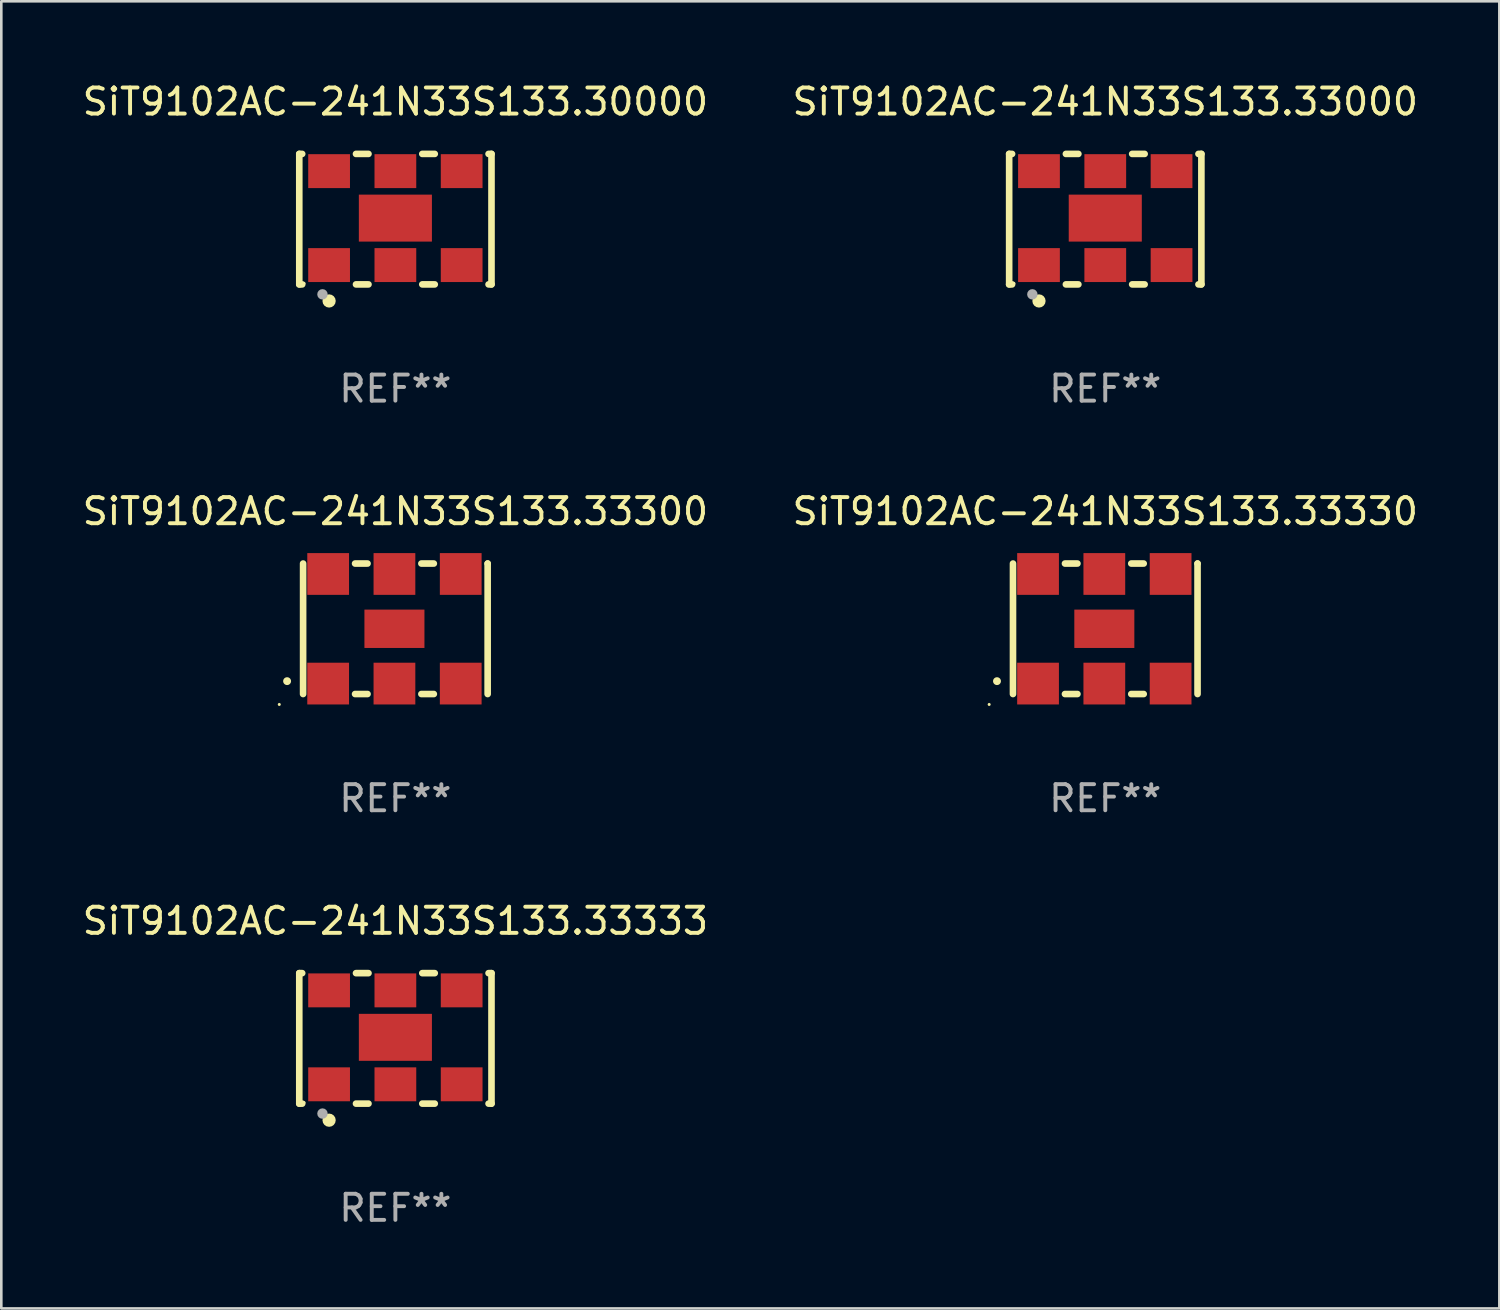
<source format=kicad_pcb>
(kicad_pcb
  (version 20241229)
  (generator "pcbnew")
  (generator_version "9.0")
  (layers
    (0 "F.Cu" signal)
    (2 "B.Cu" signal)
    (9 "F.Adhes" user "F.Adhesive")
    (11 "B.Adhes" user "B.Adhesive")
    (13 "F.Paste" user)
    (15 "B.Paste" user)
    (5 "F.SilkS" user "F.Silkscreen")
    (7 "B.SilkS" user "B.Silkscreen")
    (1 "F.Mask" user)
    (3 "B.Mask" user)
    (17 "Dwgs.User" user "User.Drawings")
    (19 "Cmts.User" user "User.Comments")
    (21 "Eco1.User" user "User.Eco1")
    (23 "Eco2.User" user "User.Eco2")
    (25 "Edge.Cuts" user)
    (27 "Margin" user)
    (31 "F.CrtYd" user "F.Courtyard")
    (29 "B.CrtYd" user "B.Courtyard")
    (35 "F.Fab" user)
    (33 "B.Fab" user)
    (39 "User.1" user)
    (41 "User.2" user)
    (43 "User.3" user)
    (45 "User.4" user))
  (footprint "SiT9102AC-241N33S133.33300"
    (layer "F.Cu")
    (at 12.101 21.045)
    (property "Reference" "SiT9102AC-241N33S133.33300" (at 0 -4.5 0) (layer "F.SilkS") (effects (font (size 1 1) (thickness 0.15))))
    (attr through_hole)
    (fp_line (start -3.536 -2.5) (end -3.536 2.5) (stroke (width 0.254) (type solid)) (layer "F.SilkS"))
    (fp_line (start -1.544 2.5) (end -1.067 2.5) (stroke (width 0.254) (type solid)) (layer "F.SilkS"))
    (fp_line (start -1.067 -2.5) (end -1.544 -2.5) (stroke (width 0.254) (type solid)) (layer "F.SilkS"))
    (fp_line (start 0.996 2.5) (end 1.473 2.5) (stroke (width 0.254) (type solid)) (layer "F.SilkS"))
    (fp_line (start 1.473 -2.5) (end 0.996 -2.5) (stroke (width 0.254) (type solid)) (layer "F.SilkS"))
    (fp_line (start 3.536 -2.5) (end 3.536 -2.5) (stroke (width 0.254) (type solid)) (layer "F.SilkS"))
    (fp_line (start 3.536 2.5) (end 3.536 -2.5) (stroke (width 0.254) (type solid)) (layer "F.SilkS"))
    (fp_arc (start -4.150432 2.006604) (mid -4.149162 2.006599) (end -4.147892 2.006604) (stroke (width 0.3) (type solid)) (layer "F.SilkS"))
    (fp_circle (center -4.449 2.9) (end -4.419 2.9) (stroke (width 0.06) (type solid)) (fill no) (layer "F.SilkS"))
    (fp_text user "REF**" (at 0 6.5 0) (layer "F.Fab") (effects (font (size 1 1) (thickness 0.15))))
    (pad "1" smd rect (at -2.576 2.1) (size 1.6 1.6) (layers "F.Cu" "F.Mask" "F.Paste"))
    (pad "2" smd rect (at -0.036 2.1) (size 1.6 1.6) (layers "F.Cu" "F.Mask" "F.Paste"))
    (pad "3" smd rect (at 2.504 2.1) (size 1.6 1.6) (layers "F.Cu" "F.Mask" "F.Paste"))
    (pad "4" smd rect (at 2.504 -2.1) (size 1.6 1.6) (layers "F.Cu" "F.Mask" "F.Paste"))
    (pad "5" smd rect (at -0.036 -2.1) (size 1.6 1.6) (layers "F.Cu" "F.Mask" "F.Paste"))
    (pad "6" smd rect (at -2.576 -2.1) (size 1.6 1.6) (layers "F.Cu" "F.Mask" "F.Paste"))
    (pad "7" smd rect (at -0.036 0) (size 2.3 1.47) (layers "F.Cu" "F.Mask" "F.Paste")))
  (footprint "SiT9102AC-241N33S133.30000"
    (layer "F.Cu")
    (at 12.101 5.348)
    (property "Reference" "SiT9102AC-241N33S133.30000" (at 0 -4.5 0) (layer "F.SilkS") (effects (font (size 1 1) (thickness 0.15))))
    (attr through_hole)
    (fp_line (start -3.683 -2.5) (end -3.571 -2.5) (stroke (width 0.254) (type solid)) (layer "F.SilkS"))
    (fp_line (start -3.683 2.5) (end -3.683 -2.5) (stroke (width 0.254) (type solid)) (layer "F.SilkS"))
    (fp_line (start -3.683 2.5) (end -3.571 2.5) (stroke (width 0.254) (type solid)) (layer "F.SilkS"))
    (fp_line (start -1.509 -2.5) (end -1.031 -2.5) (stroke (width 0.254) (type solid)) (layer "F.SilkS"))
    (fp_line (start -1.509 2.5) (end -1.031 2.5) (stroke (width 0.254) (type solid)) (layer "F.SilkS"))
    (fp_line (start 1.031 -2.5) (end 1.509 -2.5) (stroke (width 0.254) (type solid)) (layer "F.SilkS"))
    (fp_line (start 1.031 2.5) (end 1.509 2.5) (stroke (width 0.254) (type solid)) (layer "F.SilkS"))
    (fp_line (start 3.571 -2.5) (end 3.683 -2.5) (stroke (width 0.254) (type solid)) (layer "F.SilkS"))
    (fp_line (start 3.571 2.5) (end 3.683 2.5) (stroke (width 0.254) (type solid)) (layer "F.SilkS"))
    (fp_line (start 3.683 2.5) (end 3.683 -2.5) (stroke (width 0.254) (type solid)) (layer "F.SilkS"))
    (fp_circle (center -3.5 2.46) (end -3.47 2.46) (stroke (width 0.06) (type solid)) (fill no) (layer "F.SilkS"))
    (fp_circle (center -2.54 3.135) (end -2.413 3.135) (stroke (width 0.254) (type solid)) (fill no) (layer "F.SilkS"))
    (fp_circle (center -2.794 2.881) (end -2.694 2.881) (stroke (width 0.2) (type solid)) (fill no) (layer "F.Fab"))
    (fp_text user "REF**" (at 0 6.5 0) (layer "F.Fab") (effects (font (size 1 1) (thickness 0.15))))
    (pad "1" smd rect (at -2.54 1.76) (size 1.6 1.3) (layers "F.Cu" "F.Mask" "F.Paste"))
    (pad "2" smd rect (at 0 1.76) (size 1.6 1.3) (layers "F.Cu" "F.Mask" "F.Paste"))
    (pad "3" smd rect (at 2.54 1.76) (size 1.6 1.3) (layers "F.Cu" "F.Mask" "F.Paste"))
    (pad "4" smd rect (at 2.54 -1.84) (size 1.6 1.3) (layers "F.Cu" "F.Mask" "F.Paste"))
    (pad "5" smd rect (at 0 -1.84) (size 1.6 1.3) (layers "F.Cu" "F.Mask" "F.Paste"))
    (pad "6" smd rect (at -2.54 -1.84) (size 1.6 1.3) (layers "F.Cu" "F.Mask" "F.Paste"))
    (pad "7" smd rect (at 0 -0.04) (size 2.8 1.8) (layers "F.Cu" "F.Mask" "F.Paste")))
  (footprint "SiT9102AC-241N33S133.33330"
    (layer "F.Cu")
    (at 39.304 21.045)
    (property "Reference" "SiT9102AC-241N33S133.33330" (at 0 -4.5 0) (layer "F.SilkS") (effects (font (size 1 1) (thickness 0.15))))
    (attr through_hole)
    (fp_line (start -3.536 -2.5) (end -3.536 2.5) (stroke (width 0.254) (type solid)) (layer "F.SilkS"))
    (fp_line (start -1.544 2.5) (end -1.067 2.5) (stroke (width 0.254) (type solid)) (layer "F.SilkS"))
    (fp_line (start -1.067 -2.5) (end -1.544 -2.5) (stroke (width 0.254) (type solid)) (layer "F.SilkS"))
    (fp_line (start 0.996 2.5) (end 1.473 2.5) (stroke (width 0.254) (type solid)) (layer "F.SilkS"))
    (fp_line (start 1.473 -2.5) (end 0.996 -2.5) (stroke (width 0.254) (type solid)) (layer "F.SilkS"))
    (fp_line (start 3.536 -2.5) (end 3.536 -2.5) (stroke (width 0.254) (type solid)) (layer "F.SilkS"))
    (fp_line (start 3.536 2.5) (end 3.536 -2.5) (stroke (width 0.254) (type solid)) (layer "F.SilkS"))
    (fp_arc (start -4.150432 2.006604) (mid -4.149162 2.006599) (end -4.147892 2.006604) (stroke (width 0.3) (type solid)) (layer "F.SilkS"))
    (fp_circle (center -4.449 2.9) (end -4.419 2.9) (stroke (width 0.06) (type solid)) (fill no) (layer "F.SilkS"))
    (fp_text user "REF**" (at 0 6.5 0) (layer "F.Fab") (effects (font (size 1 1) (thickness 0.15))))
    (pad "1" smd rect (at -2.576 2.1) (size 1.6 1.6) (layers "F.Cu" "F.Mask" "F.Paste"))
    (pad "2" smd rect (at -0.036 2.1) (size 1.6 1.6) (layers "F.Cu" "F.Mask" "F.Paste"))
    (pad "3" smd rect (at 2.504 2.1) (size 1.6 1.6) (layers "F.Cu" "F.Mask" "F.Paste"))
    (pad "4" smd rect (at 2.504 -2.1) (size 1.6 1.6) (layers "F.Cu" "F.Mask" "F.Paste"))
    (pad "5" smd rect (at -0.036 -2.1) (size 1.6 1.6) (layers "F.Cu" "F.Mask" "F.Paste"))
    (pad "6" smd rect (at -2.576 -2.1) (size 1.6 1.6) (layers "F.Cu" "F.Mask" "F.Paste"))
    (pad "7" smd rect (at -0.036 0) (size 2.3 1.47) (layers "F.Cu" "F.Mask" "F.Paste")))
  (footprint "SiT9102AC-241N33S133.33000"
    (layer "F.Cu")
    (at 39.304 5.348)
    (property "Reference" "SiT9102AC-241N33S133.33000" (at 0 -4.5 0) (layer "F.SilkS") (effects (font (size 1 1) (thickness 0.15))))
    (attr through_hole)
    (fp_line (start -3.683 -2.5) (end -3.571 -2.5) (stroke (width 0.254) (type solid)) (layer "F.SilkS"))
    (fp_line (start -3.683 2.5) (end -3.683 -2.5) (stroke (width 0.254) (type solid)) (layer "F.SilkS"))
    (fp_line (start -3.683 2.5) (end -3.571 2.5) (stroke (width 0.254) (type solid)) (layer "F.SilkS"))
    (fp_line (start -1.509 -2.5) (end -1.031 -2.5) (stroke (width 0.254) (type solid)) (layer "F.SilkS"))
    (fp_line (start -1.509 2.5) (end -1.031 2.5) (stroke (width 0.254) (type solid)) (layer "F.SilkS"))
    (fp_line (start 1.031 -2.5) (end 1.509 -2.5) (stroke (width 0.254) (type solid)) (layer "F.SilkS"))
    (fp_line (start 1.031 2.5) (end 1.509 2.5) (stroke (width 0.254) (type solid)) (layer "F.SilkS"))
    (fp_line (start 3.571 -2.5) (end 3.683 -2.5) (stroke (width 0.254) (type solid)) (layer "F.SilkS"))
    (fp_line (start 3.571 2.5) (end 3.683 2.5) (stroke (width 0.254) (type solid)) (layer "F.SilkS"))
    (fp_line (start 3.683 2.5) (end 3.683 -2.5) (stroke (width 0.254) (type solid)) (layer "F.SilkS"))
    (fp_circle (center -3.5 2.46) (end -3.47 2.46) (stroke (width 0.06) (type solid)) (fill no) (layer "F.SilkS"))
    (fp_circle (center -2.54 3.135) (end -2.413 3.135) (stroke (width 0.254) (type solid)) (fill no) (layer "F.SilkS"))
    (fp_circle (center -2.794 2.881) (end -2.694 2.881) (stroke (width 0.2) (type solid)) (fill no) (layer "F.Fab"))
    (fp_text user "REF**" (at 0 6.5 0) (layer "F.Fab") (effects (font (size 1 1) (thickness 0.15))))
    (pad "1" smd rect (at -2.54 1.76) (size 1.6 1.3) (layers "F.Cu" "F.Mask" "F.Paste"))
    (pad "2" smd rect (at 0 1.76) (size 1.6 1.3) (layers "F.Cu" "F.Mask" "F.Paste"))
    (pad "3" smd rect (at 2.54 1.76) (size 1.6 1.3) (layers "F.Cu" "F.Mask" "F.Paste"))
    (pad "4" smd rect (at 2.54 -1.84) (size 1.6 1.3) (layers "F.Cu" "F.Mask" "F.Paste"))
    (pad "5" smd rect (at 0 -1.84) (size 1.6 1.3) (layers "F.Cu" "F.Mask" "F.Paste"))
    (pad "6" smd rect (at -2.54 -1.84) (size 1.6 1.3) (layers "F.Cu" "F.Mask" "F.Paste"))
    (pad "7" smd rect (at 0 -0.04) (size 2.8 1.8) (layers "F.Cu" "F.Mask" "F.Paste")))
  (footprint "SiT9102AC-241N33S133.33333"
    (layer "F.Cu")
    (at 12.101 36.741)
    (property "Reference" "SiT9102AC-241N33S133.33333" (at 0 -4.5 0) (layer "F.SilkS") (effects (font (size 1 1) (thickness 0.15))))
    (attr through_hole)
    (fp_line (start -3.683 -2.5) (end -3.571 -2.5) (stroke (width 0.254) (type solid)) (layer "F.SilkS"))
    (fp_line (start -3.683 2.5) (end -3.683 -2.5) (stroke (width 0.254) (type solid)) (layer "F.SilkS"))
    (fp_line (start -3.683 2.5) (end -3.571 2.5) (stroke (width 0.254) (type solid)) (layer "F.SilkS"))
    (fp_line (start -1.509 -2.5) (end -1.031 -2.5) (stroke (width 0.254) (type solid)) (layer "F.SilkS"))
    (fp_line (start -1.509 2.5) (end -1.031 2.5) (stroke (width 0.254) (type solid)) (layer "F.SilkS"))
    (fp_line (start 1.031 -2.5) (end 1.509 -2.5) (stroke (width 0.254) (type solid)) (layer "F.SilkS"))
    (fp_line (start 1.031 2.5) (end 1.509 2.5) (stroke (width 0.254) (type solid)) (layer "F.SilkS"))
    (fp_line (start 3.571 -2.5) (end 3.683 -2.5) (stroke (width 0.254) (type solid)) (layer "F.SilkS"))
    (fp_line (start 3.571 2.5) (end 3.683 2.5) (stroke (width 0.254) (type solid)) (layer "F.SilkS"))
    (fp_line (start 3.683 2.5) (end 3.683 -2.5) (stroke (width 0.254) (type solid)) (layer "F.SilkS"))
    (fp_circle (center -3.5 2.46) (end -3.47 2.46) (stroke (width 0.06) (type solid)) (fill no) (layer "F.SilkS"))
    (fp_circle (center -2.54 3.135) (end -2.413 3.135) (stroke (width 0.254) (type solid)) (fill no) (layer "F.SilkS"))
    (fp_circle (center -2.794 2.881) (end -2.694 2.881) (stroke (width 0.2) (type solid)) (fill no) (layer "F.Fab"))
    (fp_text user "REF**" (at 0 6.5 0) (layer "F.Fab") (effects (font (size 1 1) (thickness 0.15))))
    (pad "1" smd rect (at -2.54 1.76) (size 1.6 1.3) (layers "F.Cu" "F.Mask" "F.Paste"))
    (pad "2" smd rect (at 0 1.76) (size 1.6 1.3) (layers "F.Cu" "F.Mask" "F.Paste"))
    (pad "3" smd rect (at 2.54 1.76) (size 1.6 1.3) (layers "F.Cu" "F.Mask" "F.Paste"))
    (pad "4" smd rect (at 2.54 -1.84) (size 1.6 1.3) (layers "F.Cu" "F.Mask" "F.Paste"))
    (pad "5" smd rect (at 0 -1.84) (size 1.6 1.3) (layers "F.Cu" "F.Mask" "F.Paste"))
    (pad "6" smd rect (at -2.54 -1.84) (size 1.6 1.3) (layers "F.Cu" "F.Mask" "F.Paste"))
    (pad "7" smd rect (at 0 -0.04) (size 2.8 1.8) (layers "F.Cu" "F.Mask" "F.Paste")))
  (gr_rect
    (start -3 -3)
    (end 54.405 47.09)
    (stroke (width 0.1) (type default))
    (fill no)
    (layer "Edge.Cuts")))
</source>
